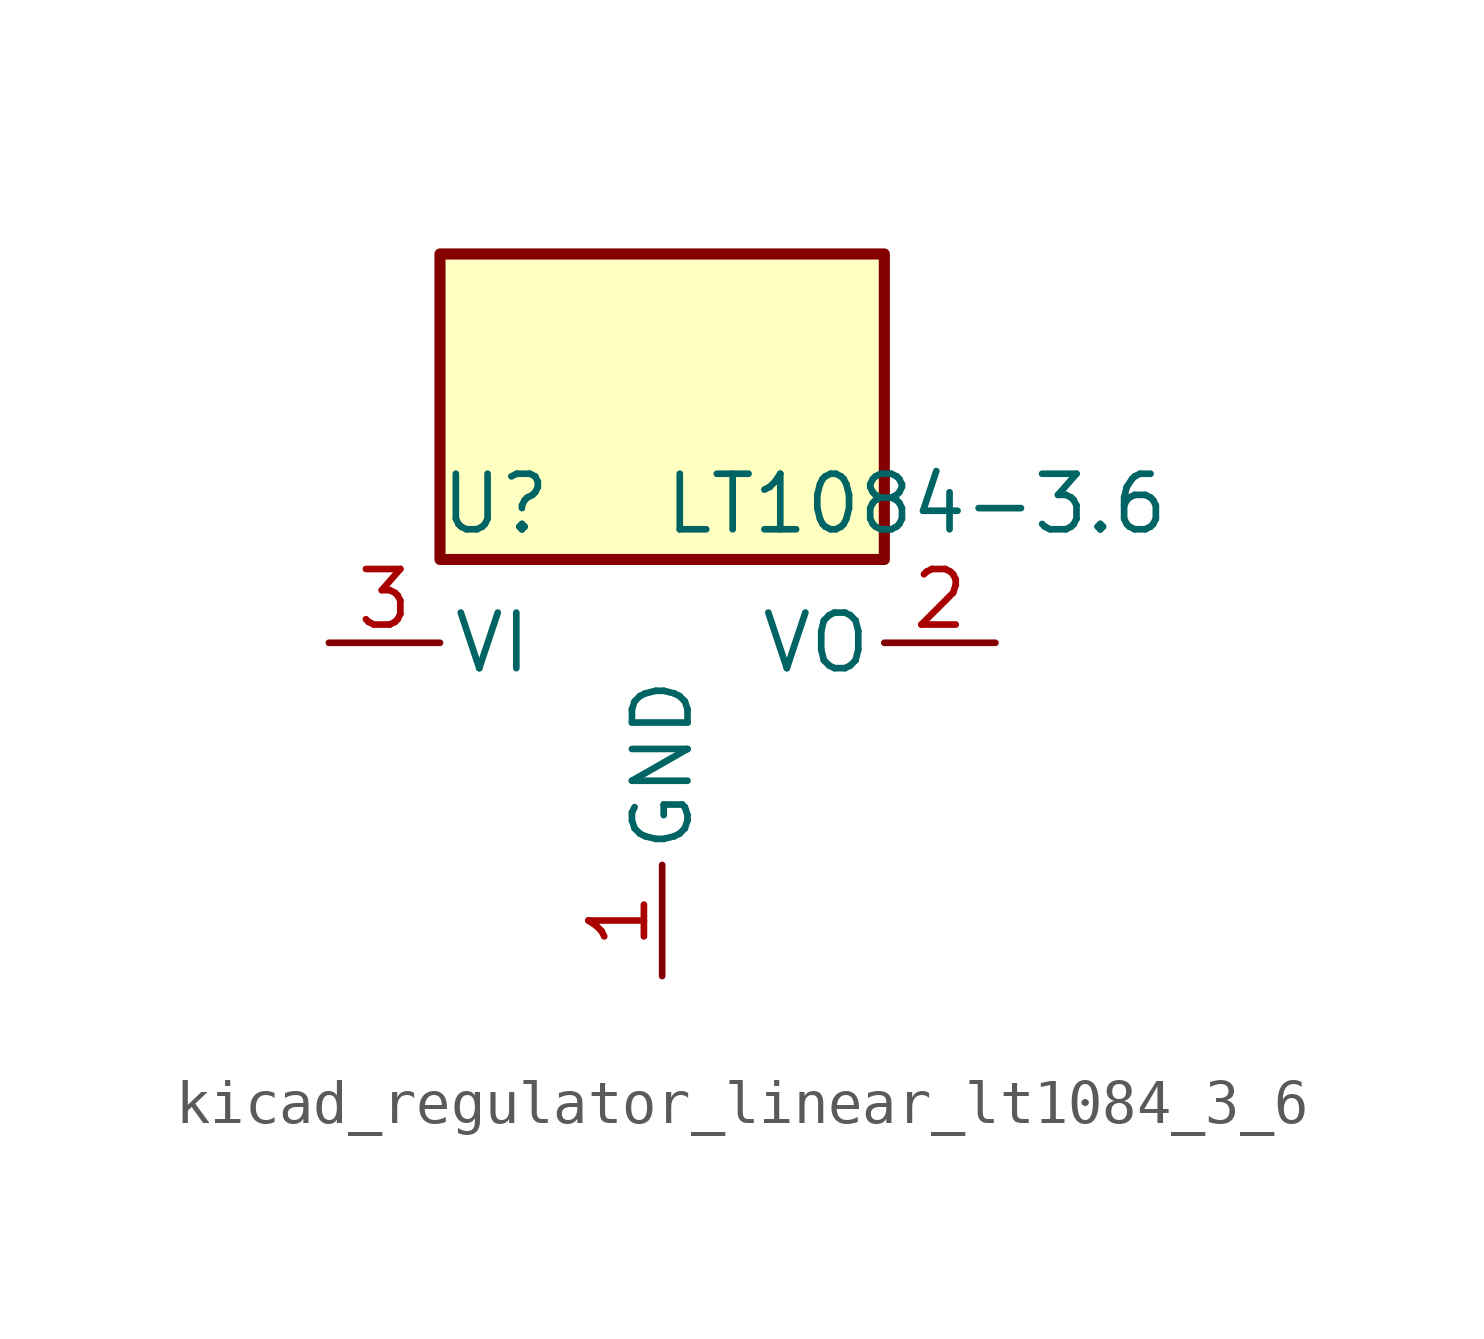
<source format=kicad_sym>
(kicad_symbol_lib
  (version 20220914)
  (generator kicad_symbol_editor)
  (symbol "kicad_regulator_linear_lt1084_3_6"
    (pin_names
      (offset 0.254))
    (property "Reference" "U"
      (at -3.81 3.175 0)
      (effects (font (size 1.27 1.27))))
    (property "Value" "LT1084-3.6"
      (at 0 3.175 0)
      (effects (font (size 1.27 1.27)) (justify left)))
    (symbol "kicad_regulator_linear_lt1084_3_6_0_1"
      (rectangle (start 5.08 8.89) (end -5.08 1.905) (stroke (width 0.254) (type default)) (fill (type background))))
    (symbol "kicad_regulator_linear_lt1084_3_6_1_1"
      (pin power_in line (at 0 -7.62 90) (length 2.54) (name "GND" (effects (font (size 1.27 1.27)))) (number "1" (effects (font (size 1.27 1.27)))))
      (pin power_out line (at 7.62 0 180) (length 2.54) (name "VO" (effects (font (size 1.27 1.27)))) (number "2" (effects (font (size 1.27 1.27)))))
      (pin power_in line (at -7.62 0 0) (length 2.54) (name "VI" (effects (font (size 1.27 1.27)))) (number "3" (effects (font (size 1.27 1.27))))))))
</source>
